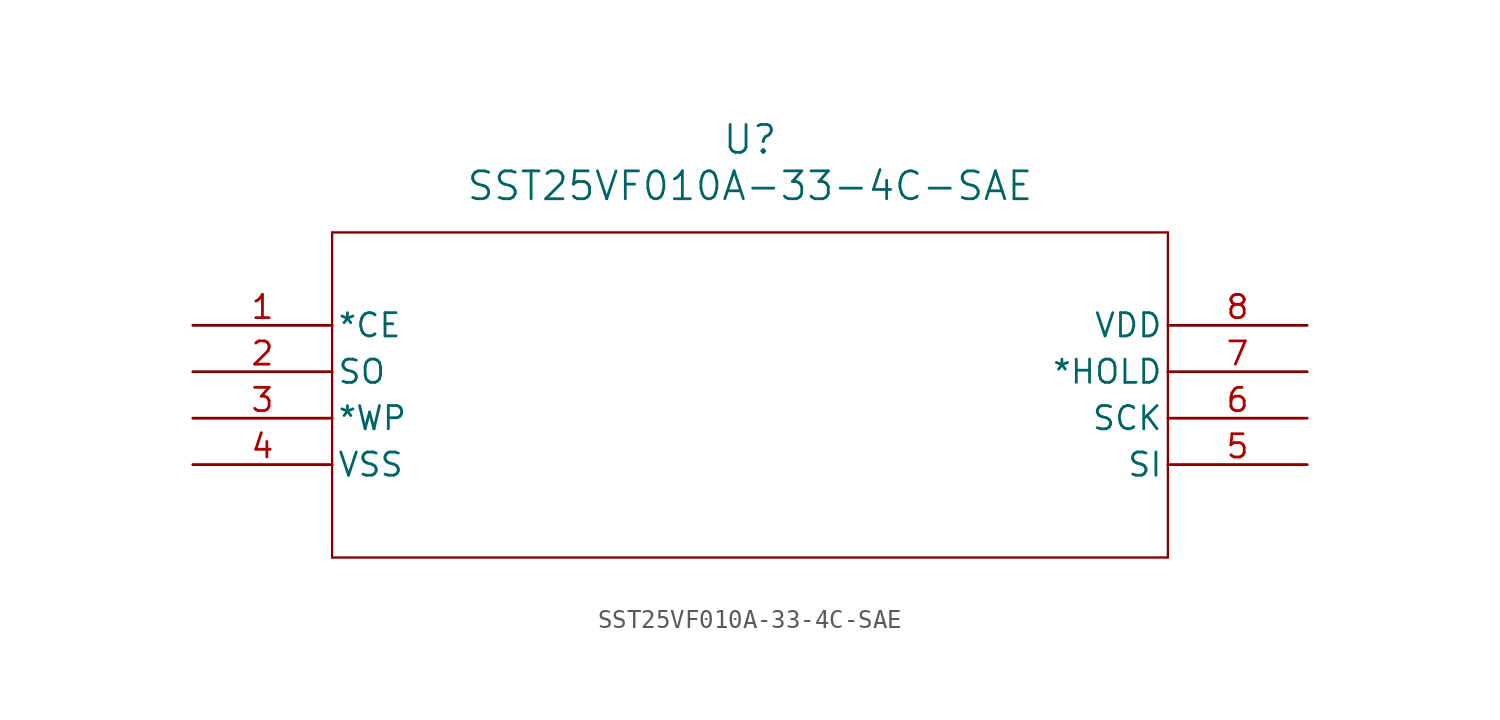
<source format=kicad_sym>
(kicad_symbol_lib
  (version 20211014)
  (generator kicad_symbol_editor)
  (symbol "SST25VF010A-33-4C-SAE"
    (pin_names
      (offset 0.254))
    (property "Reference" "U"
      (at 30.48 10.16 0)
      (effects (font (size 1.524 1.524))))
    (property "Value" "SST25VF010A-33-4C-SAE"
      (at 30.48 7.62 0)
      (effects (font (size 1.524 1.524))))
    (symbol "SST25VF010A-33-4C-SAE_0_1"
      (polyline (pts (xy 7.62 5.08) (xy 7.62 -12.7)) (stroke (width 0.127) (type default) (color 0 0 0 0)) (fill (type none)))
      (polyline (pts (xy 7.62 -12.7) (xy 53.34 -12.7)) (stroke (width 0.127) (type default) (color 0 0 0 0)) (fill (type none)))
      (polyline (pts (xy 53.34 -12.7) (xy 53.34 5.08)) (stroke (width 0.127) (type default) (color 0 0 0 0)) (fill (type none)))
      (polyline (pts (xy 53.34 5.08) (xy 7.62 5.08)) (stroke (width 0.127) (type default) (color 0 0 0 0)) (fill (type none)))
      (pin input line (at 0 0 0) (length 7.62) (name "*CE" (effects (font (size 1.27 1.27)))) (number "1" (effects (font (size 1.27 1.27)))))
      (pin output line (at 0 -2.54 0) (length 7.62) (name "SO" (effects (font (size 1.27 1.27)))) (number "2" (effects (font (size 1.27 1.27)))))
      (pin input line (at 0 -5.08 0) (length 7.62) (name "*WP" (effects (font (size 1.27 1.27)))) (number "3" (effects (font (size 1.27 1.27)))))
      (pin power_in line (at 0 -7.62 0) (length 7.62) (name "VSS" (effects (font (size 1.27 1.27)))) (number "4" (effects (font (size 1.27 1.27)))))
      (pin input line (at 60.96 -7.62 180) (length 7.62) (name "SI" (effects (font (size 1.27 1.27)))) (number "5" (effects (font (size 1.27 1.27)))))
      (pin input line (at 60.96 -5.08 180) (length 7.62) (name "SCK" (effects (font (size 1.27 1.27)))) (number "6" (effects (font (size 1.27 1.27)))))
      (pin input line (at 60.96 -2.54 180) (length 7.62) (name "*HOLD" (effects (font (size 1.27 1.27)))) (number "7" (effects (font (size 1.27 1.27)))))
      (pin power_in line (at 60.96 0 180) (length 7.62) (name "VDD" (effects (font (size 1.27 1.27)))) (number "8" (effects (font (size 1.27 1.27))))))))
</source>
